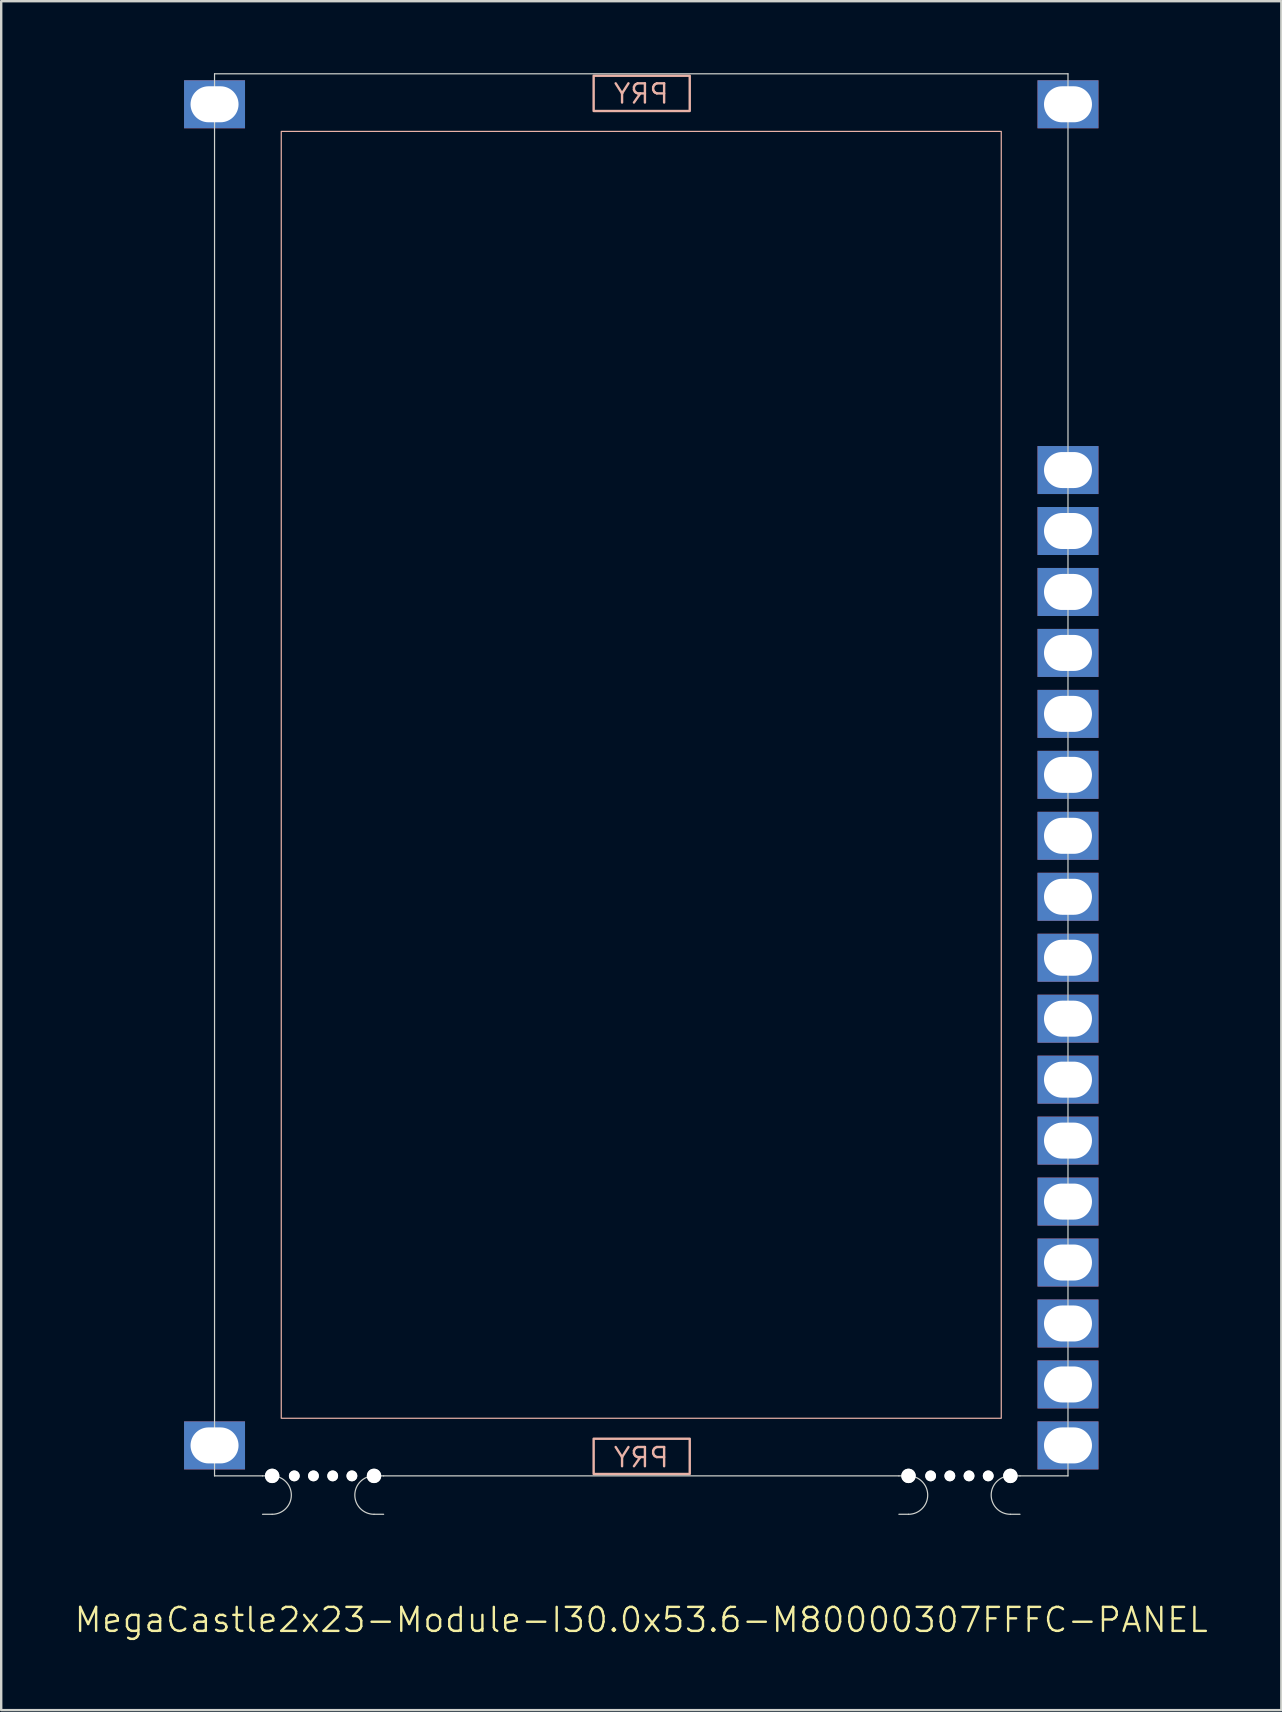
<source format=kicad_pcb>
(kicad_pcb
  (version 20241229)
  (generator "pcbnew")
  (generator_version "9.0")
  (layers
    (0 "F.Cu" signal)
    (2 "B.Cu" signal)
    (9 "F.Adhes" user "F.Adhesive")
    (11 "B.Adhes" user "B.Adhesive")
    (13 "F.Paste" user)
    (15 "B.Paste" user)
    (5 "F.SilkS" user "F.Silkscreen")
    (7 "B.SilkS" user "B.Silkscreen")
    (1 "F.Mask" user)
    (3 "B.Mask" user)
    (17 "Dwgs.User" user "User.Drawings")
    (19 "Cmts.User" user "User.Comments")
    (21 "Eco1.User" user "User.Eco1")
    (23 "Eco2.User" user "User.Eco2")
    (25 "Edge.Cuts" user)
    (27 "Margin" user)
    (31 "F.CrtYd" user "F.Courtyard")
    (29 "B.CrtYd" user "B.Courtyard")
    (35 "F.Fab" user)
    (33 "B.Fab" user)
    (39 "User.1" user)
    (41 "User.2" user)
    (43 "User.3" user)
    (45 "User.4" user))
  (footprint "MegaCastle2x23-Module-I30.0x53.6-M80000307FFFC-PANEL"
    (layer "F.Cu")
    (at 23.669 29.235)
    (property "Reference" "MegaCastle2x23-Module-I30.0x53.6-M80000307FFFC-PANEL" (at 0 35.21 0) (unlocked yes) (layer "F.SilkS") (effects (font (size 1 1) (thickness 0.1))))
    (attr smd)
    (fp_rect (start -15 26.81) (end 15 -26.81) (stroke (width 0.05) (type default)) (fill no) (layer "B.SilkS"))
    (fp_rect (start -1.984 -27.661) (end 2.02 -29.13) (stroke (width 0.1) (type default)) (fill no) (layer "B.SilkS"))
    (fp_rect (start -1.984 27.661) (end 2.02 29.13) (stroke (width 0.1) (type default)) (fill no) (layer "B.SilkS"))
    (fp_line (start -17.78 -29.21) (end -17.78 29.21) (stroke (width 0.05) (type default)) (layer "Edge.Cuts"))
    (fp_line (start -17.78 -29.21) (end 17.78 -29.21) (stroke (width 0.05) (type default)) (layer "Edge.Cuts"))
    (fp_line (start -17.78 29.21) (end -15.78 29.21) (stroke (width 0.05) (type default)) (layer "Edge.Cuts"))
    (fp_line (start -15.78 29.21) (end -15.38 29.21) (stroke (width 0.05) (type default)) (layer "Edge.Cuts"))
    (fp_line (start -15.78 30.81) (end -15.38 30.81) (stroke (width 0.05) (type default)) (layer "Edge.Cuts"))
    (fp_line (start -10.735 29.21) (end -11.135 29.21) (stroke (width 0.05) (type default)) (layer "Edge.Cuts"))
    (fp_line (start -10.735 29.21) (end 10.735 29.21) (stroke (width 0.05) (type default)) (layer "Edge.Cuts"))
    (fp_line (start -10.735 30.81) (end -11.135 30.81) (stroke (width 0.05) (type default)) (layer "Edge.Cuts"))
    (fp_line (start 10.735 29.21) (end 11.135 29.21) (stroke (width 0.05) (type default)) (layer "Edge.Cuts"))
    (fp_line (start 10.735 30.81) (end 11.135 30.81) (stroke (width 0.05) (type default)) (layer "Edge.Cuts"))
    (fp_line (start 15.78 29.21) (end 15.38 29.21) (stroke (width 0.05) (type default)) (layer "Edge.Cuts"))
    (fp_line (start 15.78 29.21) (end 17.78 29.21) (stroke (width 0.05) (type default)) (layer "Edge.Cuts"))
    (fp_line (start 15.78 30.81) (end 15.38 30.81) (stroke (width 0.05) (type default)) (layer "Edge.Cuts"))
    (fp_line (start 17.78 -29.21) (end 17.78 29.21) (stroke (width 0.05) (type default)) (layer "Edge.Cuts"))
    (fp_arc (start -15.38 29.209999) (mid -14.58 30.01) (end -15.38 30.809999) (stroke (width 0.05) (type default)) (layer "Edge.Cuts"))
    (fp_arc (start -11.135 30.809999) (mid -11.934999 30.009999) (end -11.135 29.209999) (stroke (width 0.05) (type default)) (layer "Edge.Cuts"))
    (fp_arc (start 11.134999 29.209999) (mid 11.934999 30.01) (end 11.134999 30.809999) (stroke (width 0.05) (type default)) (layer "Edge.Cuts"))
    (fp_arc (start 15.379999 30.809999) (mid 14.580001 30.01) (end 15.379999 29.209999) (stroke (width 0.05) (type default)) (layer "Edge.Cuts"))
    (fp_text user "PRY" (at 0 28.91 0) (unlocked yes) (layer "B.SilkS") (effects (font (size 0.8 0.8) (thickness 0.1)) (justify bottom mirror)))
    (fp_text user "PRY" (at 0 -27.91 0) (unlocked yes) (layer "B.SilkS") (effects (font (size 0.8 0.8) (thickness 0.1)) (justify bottom mirror)))
    (pad "" np_thru_hole circle (at -15.38 29.21) (size 0.6 0.6) (drill 0.6) (layers "*.Cu" "Edge.Cuts"))
    (pad "" np_thru_hole circle (at -14.457 29.21) (size 0.45 0.45) (drill 0.45) (layers "*.Cu" "Edge.Cuts"))
    (pad "" np_thru_hole circle (at -13.658 29.21) (size 0.45 0.45) (drill 0.45) (layers "*.Cu" "Edge.Cuts"))
    (pad "" np_thru_hole circle (at -12.857 29.21) (size 0.45 0.45) (drill 0.45) (layers "*.Cu" "Edge.Cuts"))
    (pad "" np_thru_hole circle (at -12.057 29.21) (size 0.45 0.45) (drill 0.45) (layers "*.Cu" "Edge.Cuts"))
    (pad "" np_thru_hole circle (at -11.135 29.21) (size 0.6 0.6) (drill 0.6) (layers "*.Cu" "Edge.Cuts"))
    (pad "" np_thru_hole circle (at 11.135 29.21) (size 0.6 0.6) (drill 0.6) (layers "*.Cu" "Edge.Cuts"))
    (pad "" np_thru_hole circle (at 12.057 29.21) (size 0.45 0.45) (drill 0.45) (layers "*.Cu" "Edge.Cuts"))
    (pad "" np_thru_hole circle (at 12.857 29.21) (size 0.45 0.45) (drill 0.45) (layers "*.Cu" "Edge.Cuts"))
    (pad "" np_thru_hole circle (at 13.657 29.21) (size 0.45 0.45) (drill 0.45) (layers "*.Cu" "Edge.Cuts"))
    (pad "" np_thru_hole circle (at 14.457 29.21) (size 0.45 0.45) (drill 0.45) (layers "*.Cu" "Edge.Cuts"))
    (pad "" np_thru_hole circle (at 15.38 29.21) (size 0.6 0.6) (drill 0.6) (layers "*.Cu" "Edge.Cuts"))
    (pad "1" thru_hole rect (at -17.78 -27.94) (size 2.54 2) (drill oval 2 1.5) (property pad_prop_castellated) (layers "*.Cu" "*.Mask"))
    (pad "23" thru_hole rect (at -17.78 27.94) (size 2.54 2) (drill oval 2 1.5) (property pad_prop_castellated) (layers "*.Cu" "*.Mask"))
    (pad "24" thru_hole rect (at 17.78 -27.94) (size 2.54 2) (drill oval 2 1.5) (property pad_prop_castellated) (layers "*.Cu" "*.Mask"))
    (pad "30" thru_hole rect (at 17.78 -12.7) (size 2.54 2) (drill oval 2 1.5) (property pad_prop_castellated) (layers "*.Cu" "*.Mask"))
    (pad "31" thru_hole rect (at 17.78 -10.16) (size 2.54 2) (drill oval 2 1.5) (property pad_prop_castellated) (layers "*.Cu" "*.Mask"))
    (pad "32" thru_hole rect (at 17.78 -7.62) (size 2.54 2) (drill oval 2 1.5) (property pad_prop_castellated) (layers "*.Cu" "*.Mask"))
    (pad "33" thru_hole rect (at 17.78 -5.08) (size 2.54 2) (drill oval 2 1.5) (property pad_prop_castellated) (layers "*.Cu" "*.Mask"))
    (pad "34" thru_hole rect (at 17.78 -2.54) (size 2.54 2) (drill oval 2 1.5) (property pad_prop_castellated) (layers "*.Cu" "*.Mask"))
    (pad "35" thru_hole rect (at 17.78 0) (size 2.54 2) (drill oval 2 1.5) (property pad_prop_castellated) (layers "*.Cu" "*.Mask"))
    (pad "36" thru_hole rect (at 17.78 2.54) (size 2.54 2) (drill oval 2 1.5) (property pad_prop_castellated) (layers "*.Cu" "*.Mask"))
    (pad "37" thru_hole rect (at 17.78 5.08) (size 2.54 2) (drill oval 2 1.5) (property pad_prop_castellated) (layers "*.Cu" "*.Mask"))
    (pad "38" thru_hole rect (at 17.78 7.62) (size 2.54 2) (drill oval 2 1.5) (property pad_prop_castellated) (layers "*.Cu" "*.Mask"))
    (pad "39" thru_hole rect (at 17.78 10.16) (size 2.54 2) (drill oval 2 1.5) (property pad_prop_castellated) (layers "*.Cu" "*.Mask"))
    (pad "40" thru_hole rect (at 17.78 12.7) (size 2.54 2) (drill oval 2 1.5) (property pad_prop_castellated) (layers "*.Cu" "*.Mask"))
    (pad "41" thru_hole rect (at 17.78 15.24) (size 2.54 2) (drill oval 2 1.5) (property pad_prop_castellated) (layers "*.Cu" "*.Mask"))
    (pad "42" thru_hole rect (at 17.78 17.78) (size 2.54 2) (drill oval 2 1.5) (property pad_prop_castellated) (layers "*.Cu" "*.Mask"))
    (pad "43" thru_hole rect (at 17.78 20.32) (size 2.54 2) (drill oval 2 1.5) (property pad_prop_castellated) (layers "*.Cu" "*.Mask"))
    (pad "44" thru_hole rect (at 17.78 22.86) (size 2.54 2) (drill oval 2 1.5) (property pad_prop_castellated) (layers "*.Cu" "*.Mask"))
    (pad "45" thru_hole rect (at 17.78 25.4) (size 2.54 2) (drill oval 2 1.5) (property pad_prop_castellated) (layers "*.Cu" "*.Mask"))
    (pad "46" thru_hole rect (at 17.78 27.94) (size 2.54 2) (drill oval 2 1.5) (property pad_prop_castellated) (layers "*.Cu" "*.Mask"))
    (zone (net_name "") (layer "B.Cu") (hatch edge 0.5) (connect_pads) (min_thickness 0.25) (filled_areas_thickness no) (keepout (tracks allowed) (vias allowed) (pads allowed) (copperpour allowed) (footprints not_allowed)) (placement (enabled no)) (fill) (polygon (pts (xy 5.889 58.445) (xy 5.889 0.025) (xy 8.669 0.025) (xy 8.669 58.445))))
    (zone (net_name "") (layer "B.Cu") (hatch edge 0.5) (connect_pads) (min_thickness 0.25) (filled_areas_thickness no) (keepout (tracks allowed) (vias allowed) (pads allowed) (copperpour allowed) (footprints not_allowed)) (placement (enabled no)) (fill) (polygon (pts (xy 8.669 0.025) (xy 8.669 2.425) (xy 38.669 2.425) (xy 38.669 0.025))))
    (zone (net_name "") (layer "B.Cu") (hatch edge 0.5) (connect_pads) (min_thickness 0.25) (filled_areas_thickness no) (keepout (tracks allowed) (vias allowed) (pads allowed) (copperpour allowed) (footprints not_allowed)) (placement (enabled no)) (fill) (polygon (pts (xy 8.669 58.445) (xy 8.669 56.045) (xy 38.669 56.045) (xy 38.669 58.445))))
    (zone (net_name "") (layer "B.Cu") (name "Upper Pry Zone") (hatch edge 0.5) (connect_pads) (min_thickness 0.25) (filled_areas_thickness no) (keepout (tracks not_allowed) (vias not_allowed) (pads not_allowed) (copperpour allowed) (footprints not_allowed)) (placement (enabled no)) (fill) (polygon (pts (xy 21.685 1.574) (xy 21.685 0.105) (xy 25.689 0.105) (xy 25.689 1.574))))
    (zone (net_name "") (layer "B.Cu") (name "Upper Pry Zone") (hatch edge 0.5) (connect_pads) (min_thickness 0.25) (filled_areas_thickness no) (keepout (tracks not_allowed) (vias not_allowed) (pads not_allowed) (copperpour allowed) (footprints not_allowed)) (placement (enabled no)) (fill) (polygon (pts (xy 21.685 56.896) (xy 21.685 58.365) (xy 25.689 58.365) (xy 25.689 56.896))))
    (zone (net_name "") (layer "B.Cu") (hatch edge 0.5) (connect_pads) (min_thickness 0.25) (filled_areas_thickness no) (keepout (tracks allowed) (vias allowed) (pads allowed) (copperpour allowed) (footprints not_allowed)) (placement (enabled no)) (fill) (polygon (pts (xy 41.449 58.445) (xy 41.449 0.025) (xy 38.669 0.025) (xy 38.669 58.445)))))
  (gr_rect
    (start -3 -3)
    (end 50.338 68.205)
    (stroke (width 0.1) (type default))
    (fill no)
    (layer "Edge.Cuts")))
</source>
